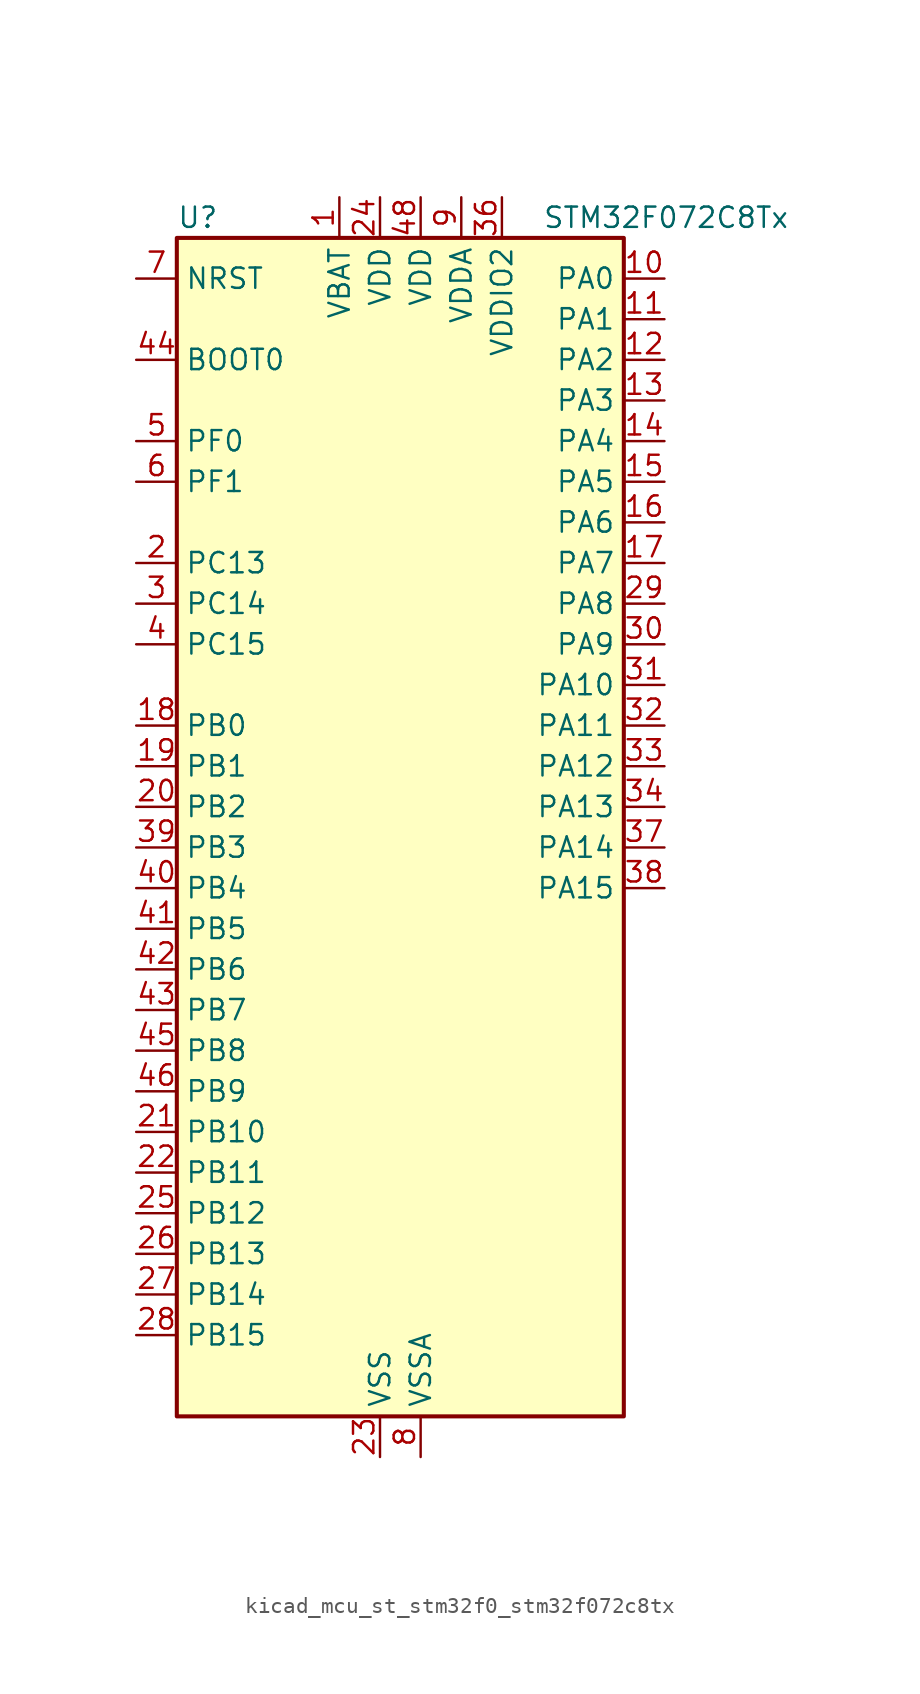
<source format=kicad_sym>
(kicad_symbol_lib
  (version 20220914)
  (generator kicad_symbol_editor)
  (symbol "kicad_mcu_st_stm32f0_stm32f072c8tx"
    (property "Reference" "U"
      (at -12.7 39.37 0)
      (effects (font (size 1.27 1.27)) (justify left)))
    (property "Value" "STM32F072C8Tx"
      (at 10.16 39.37 0)
      (effects (font (size 1.27 1.27)) (justify left)))
    (property "ki_locked" ""
      (at 0 0 0)
      (effects (font (size 1.27 1.27))))
    (symbol "kicad_mcu_st_stm32f0_stm32f072c8tx_0_1"
      (rectangle (start -12.7 -35.56) (end 15.24 38.1) (stroke (width 0.254) (type default)) (fill (type background))))
    (symbol "kicad_mcu_st_stm32f0_stm32f072c8tx_1_1"
      (pin power_in line (at -2.54 40.64 270) (length 2.54) (name "VBAT" (effects (font (size 1.27 1.27)))) (number "1" (effects (font (size 1.27 1.27)))))
      (pin bidirectional line (at 17.78 35.56 180) (length 2.54) (name "PA0" (effects (font (size 1.27 1.27)))) (number "10" (effects (font (size 1.27 1.27)))) (alternate "ADC_IN0" bidirectional line) (alternate "COMP1_INM" bidirectional line) (alternate "COMP1_OUT" bidirectional line) (alternate "RTC_TAMP2" bidirectional line) (alternate "SYS_WKUP1" bidirectional line) (alternate "TIM2_CH1" bidirectional line) (alternate "TIM2_ETR" bidirectional line) (alternate "TSC_G1_IO1" bidirectional line) (alternate "USART2_CTS" bidirectional line) (alternate "USART4_TX" bidirectional line))
      (pin bidirectional line (at 17.78 33.02 180) (length 2.54) (name "PA1" (effects (font (size 1.27 1.27)))) (number "11" (effects (font (size 1.27 1.27)))) (alternate "ADC_IN1" bidirectional line) (alternate "COMP1_INP" bidirectional line) (alternate "TIM15_CH1N" bidirectional line) (alternate "TIM2_CH2" bidirectional line) (alternate "TSC_G1_IO2" bidirectional line) (alternate "USART2_DE" bidirectional line) (alternate "USART2_RTS" bidirectional line) (alternate "USART4_RX" bidirectional line))
      (pin bidirectional line (at 17.78 30.48 180) (length 2.54) (name "PA2" (effects (font (size 1.27 1.27)))) (number "12" (effects (font (size 1.27 1.27)))) (alternate "ADC_IN2" bidirectional line) (alternate "COMP2_INM" bidirectional line) (alternate "COMP2_OUT" bidirectional line) (alternate "SYS_WKUP4" bidirectional line) (alternate "TIM15_CH1" bidirectional line) (alternate "TIM2_CH3" bidirectional line) (alternate "TSC_G1_IO3" bidirectional line) (alternate "USART2_TX" bidirectional line))
      (pin bidirectional line (at 17.78 27.94 180) (length 2.54) (name "PA3" (effects (font (size 1.27 1.27)))) (number "13" (effects (font (size 1.27 1.27)))) (alternate "ADC_IN3" bidirectional line) (alternate "COMP2_INP" bidirectional line) (alternate "TIM15_CH2" bidirectional line) (alternate "TIM2_CH4" bidirectional line) (alternate "TSC_G1_IO4" bidirectional line) (alternate "USART2_RX" bidirectional line))
      (pin bidirectional line (at 17.78 25.4 180) (length 2.54) (name "PA4" (effects (font (size 1.27 1.27)))) (number "14" (effects (font (size 1.27 1.27)))) (alternate "ADC_IN4" bidirectional line) (alternate "COMP1_INM" bidirectional line) (alternate "COMP2_INM" bidirectional line) (alternate "DAC_OUT1" bidirectional line) (alternate "I2S1_WS" bidirectional line) (alternate "SPI1_NSS" bidirectional line) (alternate "TIM14_CH1" bidirectional line) (alternate "TSC_G2_IO1" bidirectional line) (alternate "USART2_CK" bidirectional line))
      (pin bidirectional line (at 17.78 22.86 180) (length 2.54) (name "PA5" (effects (font (size 1.27 1.27)))) (number "15" (effects (font (size 1.27 1.27)))) (alternate "ADC_IN5" bidirectional line) (alternate "CEC" bidirectional line) (alternate "COMP1_INM" bidirectional line) (alternate "COMP2_INM" bidirectional line) (alternate "DAC_OUT2" bidirectional line) (alternate "I2S1_CK" bidirectional line) (alternate "SPI1_SCK" bidirectional line) (alternate "TIM2_CH1" bidirectional line) (alternate "TIM2_ETR" bidirectional line) (alternate "TSC_G2_IO2" bidirectional line))
      (pin bidirectional line (at 17.78 20.32 180) (length 2.54) (name "PA6" (effects (font (size 1.27 1.27)))) (number "16" (effects (font (size 1.27 1.27)))) (alternate "ADC_IN6" bidirectional line) (alternate "COMP1_OUT" bidirectional line) (alternate "I2S1_MCK" bidirectional line) (alternate "SPI1_MISO" bidirectional line) (alternate "TIM16_CH1" bidirectional line) (alternate "TIM1_BKIN" bidirectional line) (alternate "TIM3_CH1" bidirectional line) (alternate "TSC_G2_IO3" bidirectional line) (alternate "USART3_CTS" bidirectional line))
      (pin bidirectional line (at 17.78 17.78 180) (length 2.54) (name "PA7" (effects (font (size 1.27 1.27)))) (number "17" (effects (font (size 1.27 1.27)))) (alternate "ADC_IN7" bidirectional line) (alternate "COMP2_OUT" bidirectional line) (alternate "I2S1_SD" bidirectional line) (alternate "SPI1_MOSI" bidirectional line) (alternate "TIM14_CH1" bidirectional line) (alternate "TIM17_CH1" bidirectional line) (alternate "TIM1_CH1N" bidirectional line) (alternate "TIM3_CH2" bidirectional line) (alternate "TSC_G2_IO4" bidirectional line))
      (pin bidirectional line (at -15.24 7.62 0) (length 2.54) (name "PB0" (effects (font (size 1.27 1.27)))) (number "18" (effects (font (size 1.27 1.27)))) (alternate "ADC_IN8" bidirectional line) (alternate "TIM1_CH2N" bidirectional line) (alternate "TIM3_CH3" bidirectional line) (alternate "TSC_G3_IO2" bidirectional line) (alternate "USART3_CK" bidirectional line))
      (pin bidirectional line (at -15.24 5.08 0) (length 2.54) (name "PB1" (effects (font (size 1.27 1.27)))) (number "19" (effects (font (size 1.27 1.27)))) (alternate "ADC_IN9" bidirectional line) (alternate "TIM14_CH1" bidirectional line) (alternate "TIM1_CH3N" bidirectional line) (alternate "TIM3_CH4" bidirectional line) (alternate "TSC_G3_IO3" bidirectional line) (alternate "USART3_DE" bidirectional line) (alternate "USART3_RTS" bidirectional line))
      (pin bidirectional line (at -15.24 17.78 0) (length 2.54) (name "PC13" (effects (font (size 1.27 1.27)))) (number "2" (effects (font (size 1.27 1.27)))) (alternate "RTC_OUT_ALARM" bidirectional line) (alternate "RTC_OUT_CALIB" bidirectional line) (alternate "RTC_TAMP1" bidirectional line) (alternate "RTC_TS" bidirectional line) (alternate "SYS_WKUP2" bidirectional line))
      (pin bidirectional line (at -15.24 2.54 0) (length 2.54) (name "PB2" (effects (font (size 1.27 1.27)))) (number "20" (effects (font (size 1.27 1.27)))) (alternate "TSC_G3_IO4" bidirectional line))
      (pin bidirectional line (at -15.24 -17.78 0) (length 2.54) (name "PB10" (effects (font (size 1.27 1.27)))) (number "21" (effects (font (size 1.27 1.27)))) (alternate "CEC" bidirectional line) (alternate "I2C2_SCL" bidirectional line) (alternate "I2S2_CK" bidirectional line) (alternate "SPI2_SCK" bidirectional line) (alternate "TIM2_CH3" bidirectional line) (alternate "TSC_SYNC" bidirectional line) (alternate "USART3_TX" bidirectional line))
      (pin bidirectional line (at -15.24 -20.32 0) (length 2.54) (name "PB11" (effects (font (size 1.27 1.27)))) (number "22" (effects (font (size 1.27 1.27)))) (alternate "I2C2_SDA" bidirectional line) (alternate "TIM2_CH4" bidirectional line) (alternate "TSC_G6_IO1" bidirectional line) (alternate "USART3_RX" bidirectional line))
      (pin power_in line (at 0 -38.1 90) (length 2.54) (name "VSS" (effects (font (size 1.27 1.27)))) (number "23" (effects (font (size 1.27 1.27)))))
      (pin power_in line (at 0 40.64 270) (length 2.54) (name "VDD" (effects (font (size 1.27 1.27)))) (number "24" (effects (font (size 1.27 1.27)))))
      (pin bidirectional line (at -15.24 -22.86 0) (length 2.54) (name "PB12" (effects (font (size 1.27 1.27)))) (number "25" (effects (font (size 1.27 1.27)))) (alternate "I2S2_WS" bidirectional line) (alternate "SPI2_NSS" bidirectional line) (alternate "TIM15_BKIN" bidirectional line) (alternate "TIM1_BKIN" bidirectional line) (alternate "TSC_G6_IO2" bidirectional line) (alternate "USART3_CK" bidirectional line))
      (pin bidirectional line (at -15.24 -25.4 0) (length 2.54) (name "PB13" (effects (font (size 1.27 1.27)))) (number "26" (effects (font (size 1.27 1.27)))) (alternate "I2C2_SCL" bidirectional line) (alternate "I2S2_CK" bidirectional line) (alternate "SPI2_SCK" bidirectional line) (alternate "TIM1_CH1N" bidirectional line) (alternate "TSC_G6_IO3" bidirectional line) (alternate "USART3_CTS" bidirectional line))
      (pin bidirectional line (at -15.24 -27.94 0) (length 2.54) (name "PB14" (effects (font (size 1.27 1.27)))) (number "27" (effects (font (size 1.27 1.27)))) (alternate "I2C2_SDA" bidirectional line) (alternate "I2S2_MCK" bidirectional line) (alternate "SPI2_MISO" bidirectional line) (alternate "TIM15_CH1" bidirectional line) (alternate "TIM1_CH2N" bidirectional line) (alternate "TSC_G6_IO4" bidirectional line) (alternate "USART3_DE" bidirectional line) (alternate "USART3_RTS" bidirectional line))
      (pin bidirectional line (at -15.24 -30.48 0) (length 2.54) (name "PB15" (effects (font (size 1.27 1.27)))) (number "28" (effects (font (size 1.27 1.27)))) (alternate "I2S2_SD" bidirectional line) (alternate "RTC_REFIN" bidirectional line) (alternate "SPI2_MOSI" bidirectional line) (alternate "SYS_WKUP7" bidirectional line) (alternate "TIM15_CH1N" bidirectional line) (alternate "TIM15_CH2" bidirectional line) (alternate "TIM1_CH3N" bidirectional line))
      (pin bidirectional line (at 17.78 15.24 180) (length 2.54) (name "PA8" (effects (font (size 1.27 1.27)))) (number "29" (effects (font (size 1.27 1.27)))) (alternate "CRS_SYNC" bidirectional line) (alternate "RCC_MCO" bidirectional line) (alternate "TIM1_CH1" bidirectional line) (alternate "USART1_CK" bidirectional line))
      (pin bidirectional line (at -15.24 15.24 0) (length 2.54) (name "PC14" (effects (font (size 1.27 1.27)))) (number "3" (effects (font (size 1.27 1.27)))) (alternate "RCC_OSC32_IN" bidirectional line))
      (pin bidirectional line (at 17.78 12.7 180) (length 2.54) (name "PA9" (effects (font (size 1.27 1.27)))) (number "30" (effects (font (size 1.27 1.27)))) (alternate "DAC_EXTI9" bidirectional line) (alternate "TIM15_BKIN" bidirectional line) (alternate "TIM1_CH2" bidirectional line) (alternate "TSC_G4_IO1" bidirectional line) (alternate "USART1_TX" bidirectional line))
      (pin bidirectional line (at 17.78 10.16 180) (length 2.54) (name "PA10" (effects (font (size 1.27 1.27)))) (number "31" (effects (font (size 1.27 1.27)))) (alternate "TIM17_BKIN" bidirectional line) (alternate "TIM1_CH3" bidirectional line) (alternate "TSC_G4_IO2" bidirectional line) (alternate "USART1_RX" bidirectional line))
      (pin bidirectional line (at 17.78 7.62 180) (length 2.54) (name "PA11" (effects (font (size 1.27 1.27)))) (number "32" (effects (font (size 1.27 1.27)))) (alternate "CAN_RX" bidirectional line) (alternate "COMP1_OUT" bidirectional line) (alternate "TIM1_CH4" bidirectional line) (alternate "TSC_G4_IO3" bidirectional line) (alternate "USART1_CTS" bidirectional line) (alternate "USB_DM" bidirectional line))
      (pin bidirectional line (at 17.78 5.08 180) (length 2.54) (name "PA12" (effects (font (size 1.27 1.27)))) (number "33" (effects (font (size 1.27 1.27)))) (alternate "CAN_TX" bidirectional line) (alternate "COMP2_OUT" bidirectional line) (alternate "TIM1_ETR" bidirectional line) (alternate "TSC_G4_IO4" bidirectional line) (alternate "USART1_DE" bidirectional line) (alternate "USART1_RTS" bidirectional line) (alternate "USB_DP" bidirectional line))
      (pin bidirectional line (at 17.78 2.54 180) (length 2.54) (name "PA13" (effects (font (size 1.27 1.27)))) (number "34" (effects (font (size 1.27 1.27)))) (alternate "IR_OUT" bidirectional line) (alternate "SYS_SWDIO" bidirectional line) (alternate "USB_NOE" bidirectional line))
      (pin passive line (at 0 -38.1 90) (length 2.54) hide (name "VSS" (effects (font (size 1.27 1.27)))) (number "35" (effects (font (size 1.27 1.27)))))
      (pin power_in line (at 7.62 40.64 270) (length 2.54) (name "VDDIO2" (effects (font (size 1.27 1.27)))) (number "36" (effects (font (size 1.27 1.27)))))
      (pin bidirectional line (at 17.78 0 180) (length 2.54) (name "PA14" (effects (font (size 1.27 1.27)))) (number "37" (effects (font (size 1.27 1.27)))) (alternate "SYS_SWCLK" bidirectional line) (alternate "USART2_TX" bidirectional line))
      (pin bidirectional line (at 17.78 -2.54 180) (length 2.54) (name "PA15" (effects (font (size 1.27 1.27)))) (number "38" (effects (font (size 1.27 1.27)))) (alternate "I2S1_WS" bidirectional line) (alternate "SPI1_NSS" bidirectional line) (alternate "TIM2_CH1" bidirectional line) (alternate "TIM2_ETR" bidirectional line) (alternate "USART2_RX" bidirectional line) (alternate "USART4_DE" bidirectional line) (alternate "USART4_RTS" bidirectional line))
      (pin bidirectional line (at -15.24 0 0) (length 2.54) (name "PB3" (effects (font (size 1.27 1.27)))) (number "39" (effects (font (size 1.27 1.27)))) (alternate "I2S1_CK" bidirectional line) (alternate "SPI1_SCK" bidirectional line) (alternate "TIM2_CH2" bidirectional line) (alternate "TSC_G5_IO1" bidirectional line))
      (pin bidirectional line (at -15.24 12.7 0) (length 2.54) (name "PC15" (effects (font (size 1.27 1.27)))) (number "4" (effects (font (size 1.27 1.27)))) (alternate "RCC_OSC32_OUT" bidirectional line))
      (pin bidirectional line (at -15.24 -2.54 0) (length 2.54) (name "PB4" (effects (font (size 1.27 1.27)))) (number "40" (effects (font (size 1.27 1.27)))) (alternate "I2S1_MCK" bidirectional line) (alternate "SPI1_MISO" bidirectional line) (alternate "TIM17_BKIN" bidirectional line) (alternate "TIM3_CH1" bidirectional line) (alternate "TSC_G5_IO2" bidirectional line))
      (pin bidirectional line (at -15.24 -5.08 0) (length 2.54) (name "PB5" (effects (font (size 1.27 1.27)))) (number "41" (effects (font (size 1.27 1.27)))) (alternate "I2C1_SMBA" bidirectional line) (alternate "I2S1_SD" bidirectional line) (alternate "SPI1_MOSI" bidirectional line) (alternate "SYS_WKUP6" bidirectional line) (alternate "TIM16_BKIN" bidirectional line) (alternate "TIM3_CH2" bidirectional line))
      (pin bidirectional line (at -15.24 -7.62 0) (length 2.54) (name "PB6" (effects (font (size 1.27 1.27)))) (number "42" (effects (font (size 1.27 1.27)))) (alternate "I2C1_SCL" bidirectional line) (alternate "TIM16_CH1N" bidirectional line) (alternate "TSC_G5_IO3" bidirectional line) (alternate "USART1_TX" bidirectional line))
      (pin bidirectional line (at -15.24 -10.16 0) (length 2.54) (name "PB7" (effects (font (size 1.27 1.27)))) (number "43" (effects (font (size 1.27 1.27)))) (alternate "I2C1_SDA" bidirectional line) (alternate "TIM17_CH1N" bidirectional line) (alternate "TSC_G5_IO4" bidirectional line) (alternate "USART1_RX" bidirectional line) (alternate "USART4_CTS" bidirectional line))
      (pin input line (at -15.24 30.48 0) (length 2.54) (name "BOOT0" (effects (font (size 1.27 1.27)))) (number "44" (effects (font (size 1.27 1.27)))))
      (pin bidirectional line (at -15.24 -12.7 0) (length 2.54) (name "PB8" (effects (font (size 1.27 1.27)))) (number "45" (effects (font (size 1.27 1.27)))) (alternate "CAN_RX" bidirectional line) (alternate "CEC" bidirectional line) (alternate "I2C1_SCL" bidirectional line) (alternate "TIM16_CH1" bidirectional line) (alternate "TSC_SYNC" bidirectional line))
      (pin bidirectional line (at -15.24 -15.24 0) (length 2.54) (name "PB9" (effects (font (size 1.27 1.27)))) (number "46" (effects (font (size 1.27 1.27)))) (alternate "CAN_TX" bidirectional line) (alternate "DAC_EXTI9" bidirectional line) (alternate "I2C1_SDA" bidirectional line) (alternate "I2S2_WS" bidirectional line) (alternate "IR_OUT" bidirectional line) (alternate "SPI2_NSS" bidirectional line) (alternate "TIM17_CH1" bidirectional line))
      (pin passive line (at 0 -38.1 90) (length 2.54) hide (name "VSS" (effects (font (size 1.27 1.27)))) (number "47" (effects (font (size 1.27 1.27)))))
      (pin power_in line (at 2.54 40.64 270) (length 2.54) (name "VDD" (effects (font (size 1.27 1.27)))) (number "48" (effects (font (size 1.27 1.27)))))
      (pin bidirectional line (at -15.24 25.4 0) (length 2.54) (name "PF0" (effects (font (size 1.27 1.27)))) (number "5" (effects (font (size 1.27 1.27)))) (alternate "CRS_SYNC" bidirectional line) (alternate "RCC_OSC_IN" bidirectional line))
      (pin bidirectional line (at -15.24 22.86 0) (length 2.54) (name "PF1" (effects (font (size 1.27 1.27)))) (number "6" (effects (font (size 1.27 1.27)))) (alternate "RCC_OSC_OUT" bidirectional line))
      (pin input line (at -15.24 35.56 0) (length 2.54) (name "NRST" (effects (font (size 1.27 1.27)))) (number "7" (effects (font (size 1.27 1.27)))))
      (pin power_in line (at 2.54 -38.1 90) (length 2.54) (name "VSSA" (effects (font (size 1.27 1.27)))) (number "8" (effects (font (size 1.27 1.27)))))
      (pin power_in line (at 5.08 40.64 270) (length 2.54) (name "VDDA" (effects (font (size 1.27 1.27)))) (number "9" (effects (font (size 1.27 1.27))))))))
</source>
